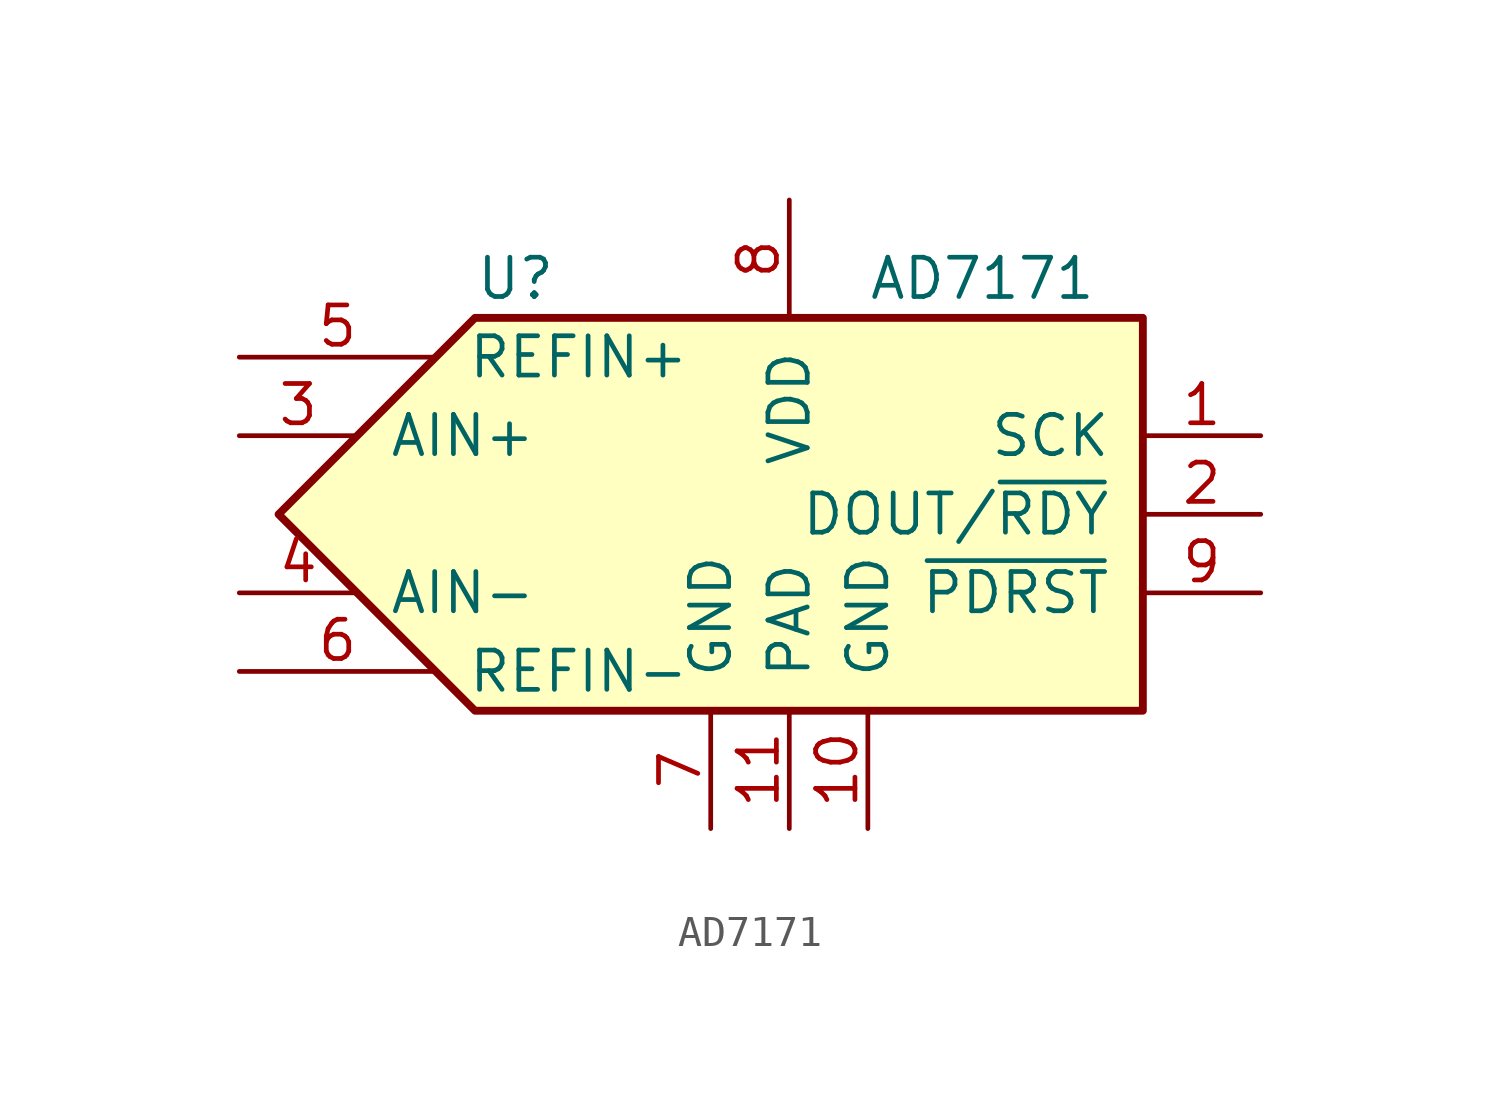
<source format=kicad_sym>
(kicad_symbol_lib
  (version 20211014)
  (generator kicad_symbol_editor)
  (symbol "AD7171"
    (pin_names
      (offset 1.016))
    (property "Reference" "U"
      (at -10.16 7.62 0)
      (effects (font (size 1.27 1.27)) (justify left)))
    (property "Value" "AD7171"
      (at 2.54 7.62 0)
      (effects (font (size 1.27 1.27)) (justify left)))
    (symbol "AD7171_0_1"
      (polyline (pts (xy 11.43 6.35) (xy -10.16 6.35) (xy -16.51 0) (xy -10.16 -6.35) (xy 11.43 -6.35) (xy 11.43 6.35)) (stroke (width 0.254) (type default) (color 0 0 0 0)) (fill (type background))))
    (symbol "AD7171_1_1"
      (pin input line (at 15.24 2.54 180) (length 3.81) (name "SCK" (effects (font (size 1.27 1.27)))) (number "1" (effects (font (size 1.27 1.27)))))
      (pin power_in line (at 2.54 -10.16 90) (length 3.81) (name "GND" (effects (font (size 1.27 1.27)))) (number "10" (effects (font (size 1.27 1.27)))))
      (pin power_in line (at 0 -10.16 90) (length 3.81) (name "PAD" (effects (font (size 1.27 1.27)))) (number "11" (effects (font (size 1.27 1.27)))))
      (pin tri_state line (at 15.24 0 180) (length 3.81) (name "DOUT/~{RDY}" (effects (font (size 1.27 1.27)))) (number "2" (effects (font (size 1.27 1.27)))))
      (pin passive line (at -17.78 2.54 0) (length 3.81) (name "AIN+" (effects (font (size 1.27 1.27)))) (number "3" (effects (font (size 1.27 1.27)))))
      (pin passive line (at -17.78 -2.54 0) (length 3.81) (name "AIN-" (effects (font (size 1.27 1.27)))) (number "4" (effects (font (size 1.27 1.27)))))
      (pin passive line (at -17.78 5.08 0) (length 6.35) (name "REFIN+" (effects (font (size 1.27 1.27)))) (number "5" (effects (font (size 1.27 1.27)))))
      (pin passive line (at -17.78 -5.08 0) (length 6.35) (name "REFIN-" (effects (font (size 1.27 1.27)))) (number "6" (effects (font (size 1.27 1.27)))))
      (pin power_in line (at -2.54 -10.16 90) (length 3.81) (name "GND" (effects (font (size 1.27 1.27)))) (number "7" (effects (font (size 1.27 1.27)))))
      (pin power_in line (at 0 10.16 270) (length 3.81) (name "VDD" (effects (font (size 1.27 1.27)))) (number "8" (effects (font (size 1.27 1.27)))))
      (pin input line (at 15.24 -2.54 180) (length 3.81) (name "~{PDRST}" (effects (font (size 1.27 1.27)))) (number "9" (effects (font (size 1.27 1.27))))))))
</source>
